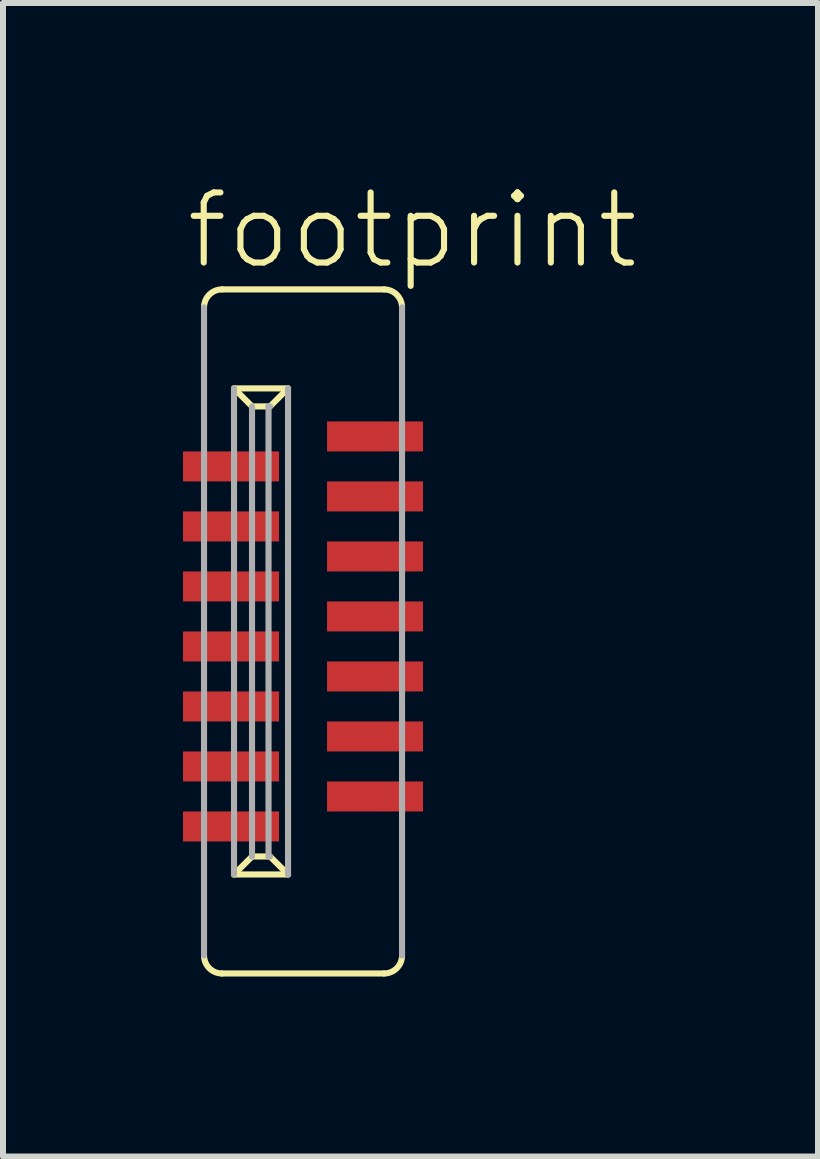
<source format=kicad_pcb>
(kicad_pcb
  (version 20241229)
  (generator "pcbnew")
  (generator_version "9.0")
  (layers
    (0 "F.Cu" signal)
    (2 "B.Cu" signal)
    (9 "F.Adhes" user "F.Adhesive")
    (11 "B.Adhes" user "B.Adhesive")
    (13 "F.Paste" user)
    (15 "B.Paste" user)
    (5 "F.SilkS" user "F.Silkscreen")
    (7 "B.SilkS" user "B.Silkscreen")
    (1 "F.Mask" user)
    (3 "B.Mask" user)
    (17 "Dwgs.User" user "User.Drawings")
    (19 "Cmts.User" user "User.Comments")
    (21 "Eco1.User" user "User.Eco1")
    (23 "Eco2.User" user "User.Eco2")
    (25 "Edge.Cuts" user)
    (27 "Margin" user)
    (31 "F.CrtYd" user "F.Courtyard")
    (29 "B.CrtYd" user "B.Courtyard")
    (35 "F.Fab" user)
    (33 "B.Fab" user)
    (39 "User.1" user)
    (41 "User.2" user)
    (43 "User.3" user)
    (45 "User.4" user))
  (footprint "footprint"
    (layer "F.Cu")
    (at 2 7.473)
    (property "Reference" "footprint" (at -2 -6 0) (layer "F.SilkS") (effects (font (size 1.168 1.168) (thickness 0.102)) (justify left bottom)))
    (fp_line (start -1.35 5.7) (end 1.35 5.7) (stroke (width 0.102) (type solid)) (layer "F.SilkS"))
    (fp_line (start -1.15 4.05) (end -0.85 3.75) (stroke (width 0.102) (type solid)) (layer "F.SilkS"))
    (fp_line (start -0.85 -3.75) (end -1.15 -4.05) (stroke (width 0.102) (type solid)) (layer "F.SilkS"))
    (fp_line (start -0.575 -3.75) (end -0.85 -3.75) (stroke (width 0.102) (type solid)) (layer "F.SilkS"))
    (fp_line (start -0.575 3.75) (end -0.85 3.75) (stroke (width 0.102) (type solid)) (layer "F.SilkS"))
    (fp_line (start -0.25 -4.05) (end -1.15 -4.05) (stroke (width 0.102) (type solid)) (layer "F.SilkS"))
    (fp_line (start -0.25 -4.05) (end -0.55 -3.75) (stroke (width 0.102) (type solid)) (layer "F.SilkS"))
    (fp_line (start -0.25 4.05) (end -1.15 4.05) (stroke (width 0.102) (type solid)) (layer "F.SilkS"))
    (fp_line (start -0.25 4.05) (end -0.55 3.75) (stroke (width 0.102) (type solid)) (layer "F.SilkS"))
    (fp_line (start 1.35 -5.7) (end -1.35 -5.7) (stroke (width 0.102) (type solid)) (layer "F.SilkS"))
    (fp_arc (start -1.65 -5.4) (mid -1.562132 -5.612132) (end -1.35 -5.7) (stroke (width 0.1016) (type solid)) (layer "F.SilkS"))
    (fp_arc (start -1.35 5.7) (mid -1.562132 5.612132) (end -1.65 5.4) (stroke (width 0.1016) (type solid)) (layer "F.SilkS"))
    (fp_arc (start 1.35 -5.7) (mid 1.562132 -5.612132) (end 1.65 -5.4) (stroke (width 0.1016) (type solid)) (layer "F.SilkS"))
    (fp_arc (start 1.65 5.4) (mid 1.562132 5.612132) (end 1.35 5.7) (stroke (width 0.1016) (type solid)) (layer "F.SilkS"))
    (fp_line (start -1.65 -5.4) (end -1.65 5.4) (stroke (width 0.102) (type solid)) (layer "F.Fab"))
    (fp_line (start -1.15 -4.05) (end -1.15 4.05) (stroke (width 0.102) (type solid)) (layer "F.Fab"))
    (fp_line (start -0.85 -3.75) (end -0.85 3.75) (stroke (width 0.102) (type solid)) (layer "F.Fab"))
    (fp_line (start -0.575 -3.75) (end -0.575 3.75) (stroke (width 0.102) (type solid)) (layer "F.Fab"))
    (fp_line (start -0.55 -3.75) (end -0.575 -3.75) (stroke (width 0.102) (type solid)) (layer "F.Fab"))
    (fp_line (start -0.55 3.75) (end -0.575 3.75) (stroke (width 0.102) (type solid)) (layer "F.Fab"))
    (fp_line (start -0.25 -4.05) (end -0.25 4.05) (stroke (width 0.102) (type solid)) (layer "F.Fab"))
    (fp_line (start 1.65 5.4) (end 1.65 -5.4) (stroke (width 0.102) (type solid)) (layer "F.Fab"))
    (pad "1" smd rect (at 1.2 -3.25 270) (size 0.5 1.6) (layers "F.Cu" "F.Mask" "F.Paste"))
    (pad "2" smd rect (at -1.2 -2.75 90) (size 0.5 1.6) (layers "F.Cu" "F.Mask" "F.Paste"))
    (pad "3" smd rect (at 1.2 -2.25 270) (size 0.5 1.6) (layers "F.Cu" "F.Mask" "F.Paste"))
    (pad "4" smd rect (at -1.2 -1.75 90) (size 0.5 1.6) (layers "F.Cu" "F.Mask" "F.Paste"))
    (pad "5" smd rect (at 1.2 -1.25 270) (size 0.5 1.6) (layers "F.Cu" "F.Mask" "F.Paste"))
    (pad "6" smd rect (at -1.2 -0.75 90) (size 0.5 1.6) (layers "F.Cu" "F.Mask" "F.Paste"))
    (pad "7" smd rect (at 1.2 -0.25 270) (size 0.5 1.6) (layers "F.Cu" "F.Mask" "F.Paste"))
    (pad "8" smd rect (at -1.2 0.25 90) (size 0.5 1.6) (layers "F.Cu" "F.Mask" "F.Paste"))
    (pad "9" smd rect (at 1.2 0.75 270) (size 0.5 1.6) (layers "F.Cu" "F.Mask" "F.Paste"))
    (pad "10" smd rect (at -1.2 1.25 90) (size 0.5 1.6) (layers "F.Cu" "F.Mask" "F.Paste"))
    (pad "11" smd rect (at 1.2 1.75 270) (size 0.5 1.6) (layers "F.Cu" "F.Mask" "F.Paste"))
    (pad "12" smd rect (at -1.2 2.25 90) (size 0.5 1.6) (layers "F.Cu" "F.Mask" "F.Paste"))
    (pad "13" smd rect (at 1.2 2.75 270) (size 0.5 1.6) (layers "F.Cu" "F.Mask" "F.Paste"))
    (pad "14" smd rect (at -1.2 3.25 90) (size 0.5 1.6) (layers "F.Cu" "F.Mask" "F.Paste")))
  (gr_rect
    (start -3 -3)
    (end 10.582 16.224)
    (stroke (width 0.1) (type default))
    (fill no)
    (layer "Edge.Cuts")))
</source>
